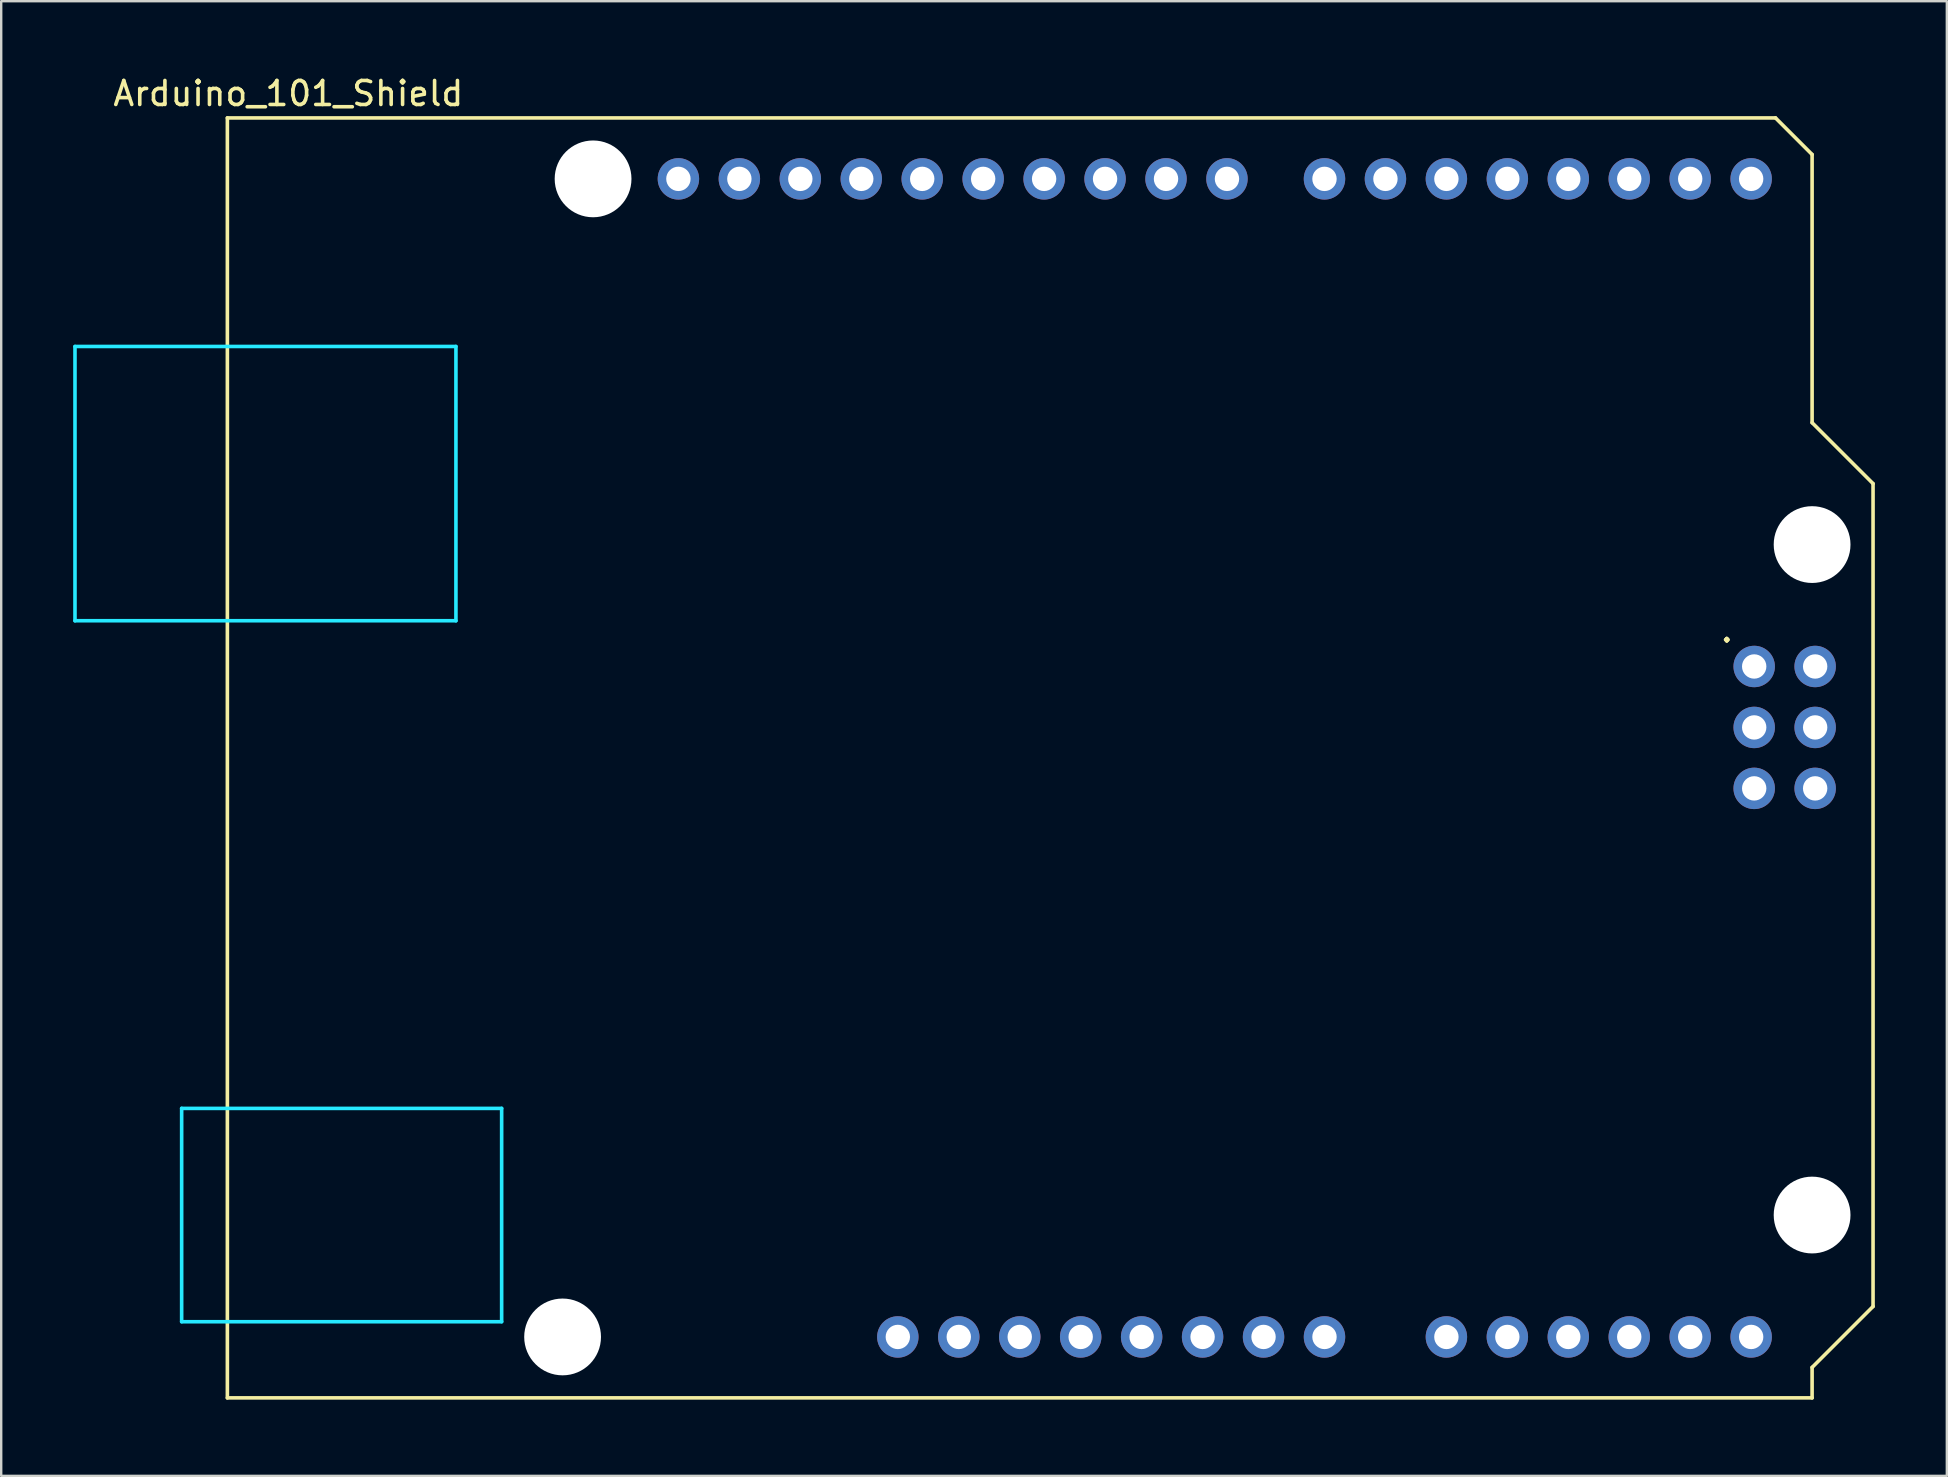
<source format=kicad_pcb>
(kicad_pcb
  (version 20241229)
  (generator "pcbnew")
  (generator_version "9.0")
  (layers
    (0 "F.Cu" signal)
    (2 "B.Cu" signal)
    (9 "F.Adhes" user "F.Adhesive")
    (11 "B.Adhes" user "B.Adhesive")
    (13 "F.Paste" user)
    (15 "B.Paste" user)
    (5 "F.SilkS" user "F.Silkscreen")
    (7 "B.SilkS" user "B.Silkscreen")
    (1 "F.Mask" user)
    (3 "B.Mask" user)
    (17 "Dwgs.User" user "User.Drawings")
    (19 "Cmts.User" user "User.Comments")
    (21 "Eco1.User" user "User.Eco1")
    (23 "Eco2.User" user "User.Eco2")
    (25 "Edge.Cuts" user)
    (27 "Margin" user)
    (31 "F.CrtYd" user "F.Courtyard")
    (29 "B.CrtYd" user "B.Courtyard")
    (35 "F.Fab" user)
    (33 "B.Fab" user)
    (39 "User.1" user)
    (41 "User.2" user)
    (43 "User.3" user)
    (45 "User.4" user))
  (footprint "Arduino_101_Shield"
    (layer "F.Cu")
    (at 6.425 55.204)
    (property "Reference" "Arduino_101_Shield" (at 2.54 -54.356 0) (layer "F.SilkS") (effects (font (size 1 1) (thickness 0.15))))
    (attr through_hole)
    (fp_line (start 0 -53.34) (end 0 0) (stroke (width 0.15) (type solid)) (layer "F.SilkS"))
    (fp_line (start 0 -53.34) (end 64.516 -53.34) (stroke (width 0.15) (type solid)) (layer "F.SilkS"))
    (fp_line (start 0 0) (end 66.04 0) (stroke (width 0.15) (type solid)) (layer "F.SilkS"))
    (fp_line (start 64.516 -53.34) (end 66.04 -51.816) (stroke (width 0.15) (type solid)) (layer "F.SilkS"))
    (fp_line (start 66.04 -40.64) (end 66.04 -51.816) (stroke (width 0.15) (type solid)) (layer "F.SilkS"))
    (fp_line (start 66.04 -1.27) (end 68.58 -3.81) (stroke (width 0.15) (type solid)) (layer "F.SilkS"))
    (fp_line (start 66.04 0) (end 66.04 -1.27) (stroke (width 0.15) (type solid)) (layer "F.SilkS"))
    (fp_line (start 68.58 -38.1) (end 66.04 -40.64) (stroke (width 0.15) (type solid)) (layer "F.SilkS"))
    (fp_line (start 68.58 -3.81) (end 68.58 -38.1) (stroke (width 0.15) (type solid)) (layer "F.SilkS"))
    (fp_line (start -6.35 -43.815) (end -6.35 -32.385) (stroke (width 0.15) (type solid)) (layer "B.CrtYd"))
    (fp_line (start -1.905 -12.065) (end -1.905 -3.175) (stroke (width 0.15) (type solid)) (layer "B.CrtYd"))
    (fp_line (start -1.905 -12.065) (end 11.43 -12.065) (stroke (width 0.15) (type solid)) (layer "B.CrtYd"))
    (fp_line (start -1.905 -3.175) (end 11.43 -3.175) (stroke (width 0.15) (type solid)) (layer "B.CrtYd"))
    (fp_line (start 9.525 -43.815) (end -6.35 -43.815) (stroke (width 0.15) (type solid)) (layer "B.CrtYd"))
    (fp_line (start 9.525 -43.815) (end 9.525 -32.385) (stroke (width 0.15) (type solid)) (layer "B.CrtYd"))
    (fp_line (start 9.525 -32.385) (end -6.35 -32.385) (stroke (width 0.15) (type solid)) (layer "B.CrtYd"))
    (fp_line (start 11.43 -12.065) (end 11.43 -3.175) (stroke (width 0.15) (type solid)) (layer "B.CrtYd"))
    (fp_text user "." (at 62.484 -32.004 0) (layer "F.SilkS") (effects (font (size 1 1) (thickness 0.15))))
    (pad "" np_thru_hole circle (at 13.97 -2.54) (size 3.2 3.2) (drill 3.2) (layers "*.Cu" "*.Mask"))
    (pad "" np_thru_hole circle (at 15.24 -50.8) (size 3.2 3.2) (drill 3.2) (layers "*.Cu" "*.Mask"))
    (pad "" np_thru_hole circle (at 66.04 -35.56) (size 3.2 3.2) (drill 3.2) (layers "*.Cu" "*.Mask"))
    (pad "" np_thru_hole circle (at 66.04 -7.62) (size 3.2 3.2) (drill 3.2) (layers "*.Cu" "*.Mask"))
    (pad "3.3V" thru_hole oval (at 35.56 -2.54) (size 1.727 1.727) (drill 1.016) (layers "*.Cu" "*.Mask"))
    (pad "5V1" thru_hole oval (at 38.1 -2.54) (size 1.727 1.727) (drill 1.016) (layers "*.Cu" "*.Mask"))
    (pad "5V2" thru_hole oval (at 66.167 -30.48) (size 1.727 1.727) (drill 1.016) (layers "*.Cu" "*.Mask"))
    (pad "A0" thru_hole oval (at 50.8 -2.54) (size 1.727 1.727) (drill 1.016) (layers "*.Cu" "*.Mask"))
    (pad "A1" thru_hole oval (at 53.34 -2.54) (size 1.727 1.727) (drill 1.016) (layers "*.Cu" "*.Mask"))
    (pad "A2" thru_hole oval (at 55.88 -2.54) (size 1.727 1.727) (drill 1.016) (layers "*.Cu" "*.Mask"))
    (pad "A3" thru_hole oval (at 58.42 -2.54) (size 1.727 1.727) (drill 1.016) (layers "*.Cu" "*.Mask"))
    (pad "A4" thru_hole oval (at 60.96 -2.54) (size 1.727 1.727) (drill 1.016) (layers "*.Cu" "*.Mask"))
    (pad "A5" thru_hole oval (at 63.5 -2.54) (size 1.727 1.727) (drill 1.016) (layers "*.Cu" "*.Mask"))
    (pad "AREF" thru_hole oval (at 23.876 -50.8) (size 1.727 1.727) (drill 1.016) (layers "*.Cu" "*.Mask"))
    (pad "ATN" thru_hole oval (at 27.94 -2.54) (size 1.727 1.727) (drill 1.016) (layers "*.Cu" "*.Mask"))
    (pad "D0" thru_hole oval (at 63.5 -50.8) (size 1.727 1.727) (drill 1.016) (layers "*.Cu" "*.Mask"))
    (pad "D1" thru_hole oval (at 60.96 -50.8) (size 1.727 1.727) (drill 1.016) (layers "*.Cu" "*.Mask"))
    (pad "D2" thru_hole oval (at 58.42 -50.8) (size 1.727 1.727) (drill 1.016) (layers "*.Cu" "*.Mask"))
    (pad "D3" thru_hole oval (at 55.88 -50.8) (size 1.727 1.727) (drill 1.016) (layers "*.Cu" "*.Mask"))
    (pad "D4" thru_hole oval (at 53.34 -50.8) (size 1.727 1.727) (drill 1.016) (layers "*.Cu" "*.Mask"))
    (pad "D5" thru_hole oval (at 50.8 -50.8) (size 1.727 1.727) (drill 1.016) (layers "*.Cu" "*.Mask"))
    (pad "D6" thru_hole oval (at 48.26 -50.8) (size 1.727 1.727) (drill 1.016) (layers "*.Cu" "*.Mask"))
    (pad "D7" thru_hole oval (at 45.72 -50.8) (size 1.727 1.727) (drill 1.016) (layers "*.Cu" "*.Mask"))
    (pad "D8" thru_hole oval (at 41.656 -50.8) (size 1.727 1.727) (drill 1.016) (layers "*.Cu" "*.Mask"))
    (pad "D9" thru_hole oval (at 39.116 -50.8) (size 1.727 1.727) (drill 1.016) (layers "*.Cu" "*.Mask"))
    (pad "D10" thru_hole oval (at 36.576 -50.8) (size 1.727 1.727) (drill 1.016) (layers "*.Cu" "*.Mask"))
    (pad "D11" thru_hole oval (at 34.036 -50.8) (size 1.727 1.727) (drill 1.016) (layers "*.Cu" "*.Mask"))
    (pad "D12" thru_hole oval (at 31.496 -50.8) (size 1.727 1.727) (drill 1.016) (layers "*.Cu" "*.Mask"))
    (pad "D13" thru_hole oval (at 28.956 -50.8) (size 1.727 1.727) (drill 1.016) (layers "*.Cu" "*.Mask"))
    (pad "GND1" thru_hole oval (at 26.416 -50.8) (size 1.727 1.727) (drill 1.016) (layers "*.Cu" "*.Mask"))
    (pad "GND2" thru_hole oval (at 40.64 -2.54) (size 1.727 1.727) (drill 1.016) (layers "*.Cu" "*.Mask"))
    (pad "GND3" thru_hole oval (at 43.18 -2.54) (size 1.727 1.727) (drill 1.016) (layers "*.Cu" "*.Mask"))
    (pad "GND4" thru_hole oval (at 66.167 -25.4) (size 1.727 1.727) (drill 1.016) (layers "*.Cu" "*.Mask"))
    (pad "IORF" thru_hole oval (at 30.48 -2.54) (size 1.727 1.727) (drill 1.016) (layers "*.Cu" "*.Mask"))
    (pad "MISO" thru_hole oval (at 63.627 -30.48) (size 1.727 1.727) (drill 1.016) (layers "*.Cu" "*.Mask"))
    (pad "MOSI" thru_hole oval (at 66.167 -27.94) (size 1.727 1.727) (drill 1.016) (layers "*.Cu" "*.Mask"))
    (pad "RST1" thru_hole oval (at 33.02 -2.54) (size 1.727 1.727) (drill 1.016) (layers "*.Cu" "*.Mask"))
    (pad "RST2" thru_hole oval (at 63.627 -25.4) (size 1.727 1.727) (drill 1.016) (layers "*.Cu" "*.Mask"))
    (pad "SCK" thru_hole oval (at 63.627 -27.94) (size 1.727 1.727) (drill 1.016) (layers "*.Cu" "*.Mask"))
    (pad "SCL" thru_hole oval (at 18.796 -50.8) (size 1.727 1.727) (drill 1.016) (layers "*.Cu" "*.Mask"))
    (pad "SDA" thru_hole oval (at 21.336 -50.8) (size 1.727 1.727) (drill 1.016) (layers "*.Cu" "*.Mask"))
    (pad "VIN" thru_hole oval (at 45.72 -2.54) (size 1.727 1.727) (drill 1.016) (layers "*.Cu" "*.Mask")))
  (gr_rect
    (start -3 -3)
    (end 78.08 58.454)
    (stroke (width 0.1) (type default))
    (fill no)
    (layer "Edge.Cuts")))
</source>
